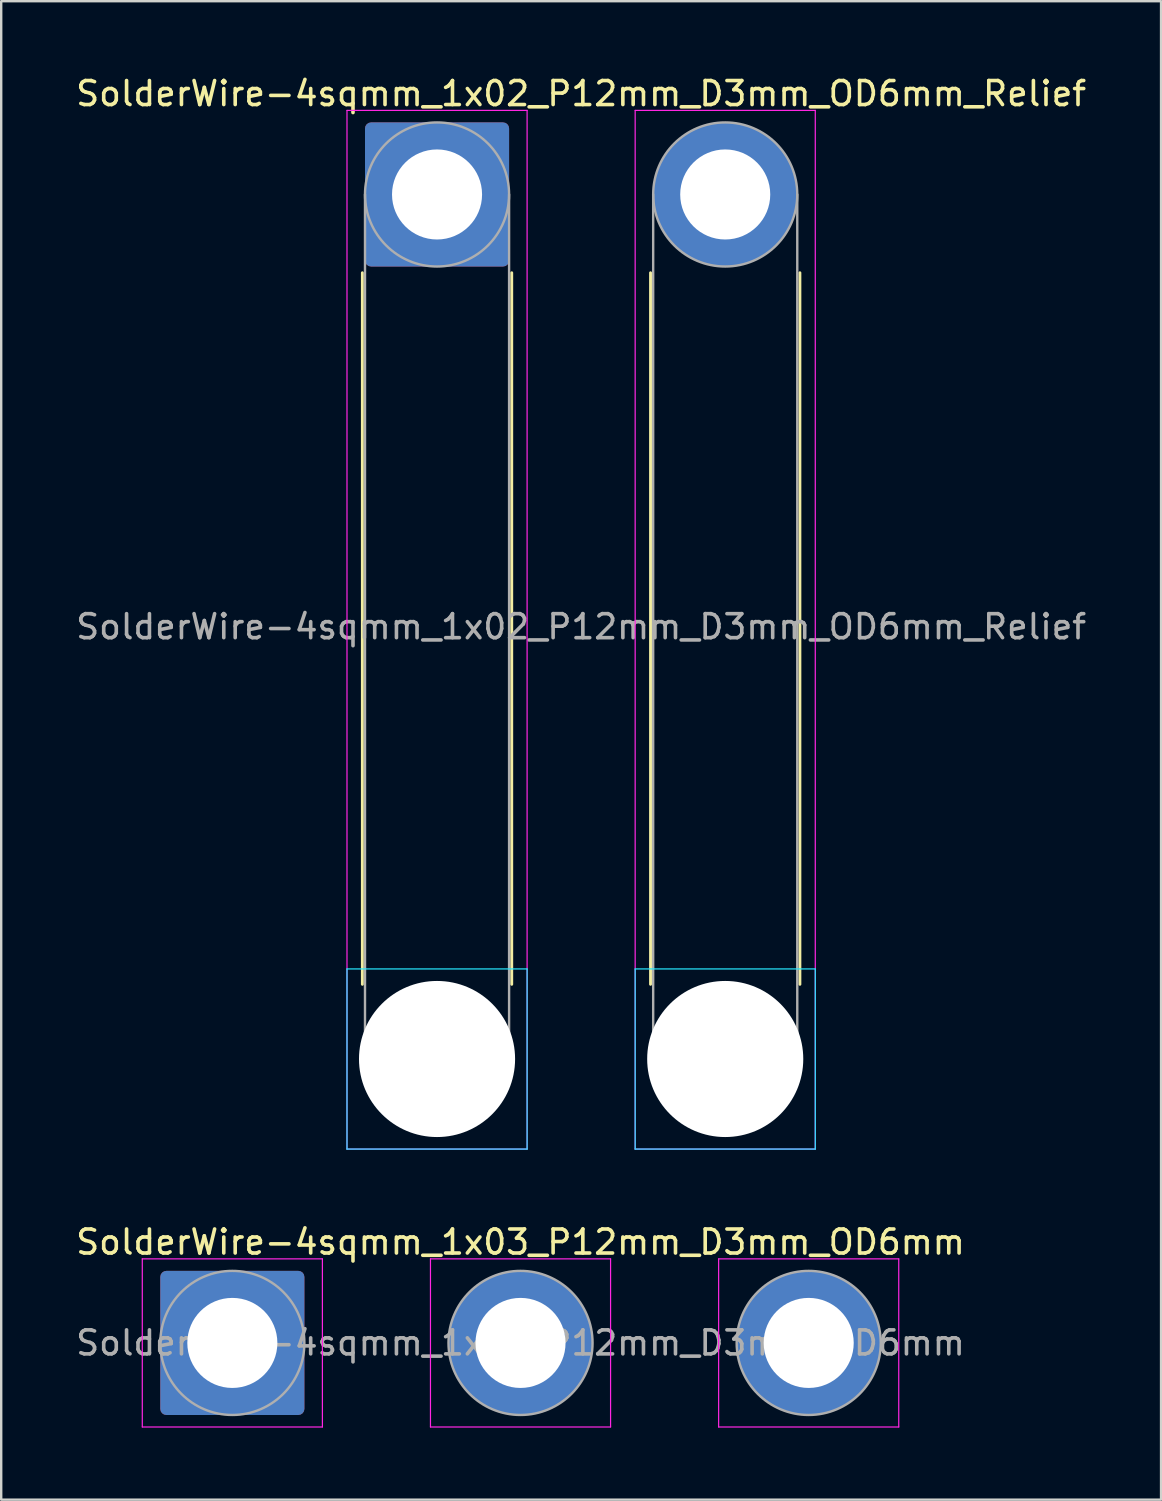
<source format=kicad_pcb>
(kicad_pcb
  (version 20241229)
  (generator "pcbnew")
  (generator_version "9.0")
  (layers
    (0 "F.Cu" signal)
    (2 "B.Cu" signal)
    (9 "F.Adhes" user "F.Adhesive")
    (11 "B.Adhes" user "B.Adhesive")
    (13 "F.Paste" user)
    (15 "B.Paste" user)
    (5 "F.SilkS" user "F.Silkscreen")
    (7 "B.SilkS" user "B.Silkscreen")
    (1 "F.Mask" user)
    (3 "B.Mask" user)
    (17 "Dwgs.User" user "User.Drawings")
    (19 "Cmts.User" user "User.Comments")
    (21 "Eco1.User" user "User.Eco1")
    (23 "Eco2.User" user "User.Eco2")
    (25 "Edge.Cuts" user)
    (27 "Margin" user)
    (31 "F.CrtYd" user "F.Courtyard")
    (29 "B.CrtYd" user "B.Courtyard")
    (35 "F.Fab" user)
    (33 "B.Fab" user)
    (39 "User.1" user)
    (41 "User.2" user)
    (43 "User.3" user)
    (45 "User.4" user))
  (footprint "SolderWire-4sqmm_1x02_P12mm_D3mm_OD6mm_Relief"
    (layer "F.Cu")
    (at 15.149 5.048)
    (property "Reference" "SolderWire-4sqmm_1x02_P12mm_D3mm_OD6mm_Relief" (at 6 -4.2 0) (layer "F.SilkS") (effects (font (size 1 1) (thickness 0.15))))
    (attr exclude_from_pos_files exclude_from_bom)
    (fp_line (start -3.11 3.26) (end -3.11 32.89) (stroke (width 0.12) (type solid)) (layer "F.SilkS"))
    (fp_line (start 3.11 3.26) (end 3.11 32.89) (stroke (width 0.12) (type solid)) (layer "F.SilkS"))
    (fp_line (start 8.89 3.26) (end 8.89 32.89) (stroke (width 0.12) (type solid)) (layer "F.SilkS"))
    (fp_line (start 15.11 3.26) (end 15.11 32.89) (stroke (width 0.12) (type solid)) (layer "F.SilkS"))
    (fp_line (start -3.75 32.25) (end -3.75 39.75) (stroke (width 0.05) (type solid)) (layer "B.CrtYd"))
    (fp_line (start -3.75 39.75) (end 3.75 39.75) (stroke (width 0.05) (type solid)) (layer "B.CrtYd"))
    (fp_line (start 3.75 32.25) (end -3.75 32.25) (stroke (width 0.05) (type solid)) (layer "B.CrtYd"))
    (fp_line (start 3.75 39.75) (end 3.75 32.25) (stroke (width 0.05) (type solid)) (layer "B.CrtYd"))
    (fp_line (start 8.25 32.25) (end 8.25 39.75) (stroke (width 0.05) (type solid)) (layer "B.CrtYd"))
    (fp_line (start 8.25 39.75) (end 15.75 39.75) (stroke (width 0.05) (type solid)) (layer "B.CrtYd"))
    (fp_line (start 15.75 32.25) (end 8.25 32.25) (stroke (width 0.05) (type solid)) (layer "B.CrtYd"))
    (fp_line (start 15.75 39.75) (end 15.75 32.25) (stroke (width 0.05) (type solid)) (layer "B.CrtYd"))
    (fp_line (start -3.75 -3.5) (end -3.75 39.75) (stroke (width 0.05) (type solid)) (layer "F.CrtYd"))
    (fp_line (start -3.75 39.75) (end 3.75 39.75) (stroke (width 0.05) (type solid)) (layer "F.CrtYd"))
    (fp_line (start 3.75 -3.5) (end -3.75 -3.5) (stroke (width 0.05) (type solid)) (layer "F.CrtYd"))
    (fp_line (start 3.75 39.75) (end 3.75 -3.5) (stroke (width 0.05) (type solid)) (layer "F.CrtYd"))
    (fp_line (start 8.25 -3.5) (end 8.25 39.75) (stroke (width 0.05) (type solid)) (layer "F.CrtYd"))
    (fp_line (start 8.25 39.75) (end 15.75 39.75) (stroke (width 0.05) (type solid)) (layer "F.CrtYd"))
    (fp_line (start 15.75 -3.5) (end 8.25 -3.5) (stroke (width 0.05) (type solid)) (layer "F.CrtYd"))
    (fp_line (start 15.75 39.75) (end 15.75 -3.5) (stroke (width 0.05) (type solid)) (layer "F.CrtYd"))
    (fp_line (start -3 0) (end -3 36) (stroke (width 0.1) (type solid)) (layer "F.Fab"))
    (fp_line (start 3 0) (end 3 36) (stroke (width 0.1) (type solid)) (layer "F.Fab"))
    (fp_line (start 9 0) (end 9 36) (stroke (width 0.1) (type solid)) (layer "F.Fab"))
    (fp_line (start 15 0) (end 15 36) (stroke (width 0.1) (type solid)) (layer "F.Fab"))
    (fp_circle (center 0 0) (end 3 0) (stroke (width 0.1) (type solid)) (fill no) (layer "F.Fab"))
    (fp_circle (center 0 36) (end 3 36) (stroke (width 0.1) (type solid)) (fill no) (layer "F.Fab"))
    (fp_circle (center 12 0) (end 15 0) (stroke (width 0.1) (type solid)) (fill no) (layer "F.Fab"))
    (fp_circle (center 12 36) (end 15 36) (stroke (width 0.1) (type solid)) (fill no) (layer "F.Fab"))
    (fp_text user "${REFERENCE}" (at 6 18 0) (layer "F.Fab") (effects (font (size 1 1) (thickness 0.15))))
    (pad "" np_thru_hole circle (at 0 36) (size 6.5 6.5) (drill 6.5) (layers "*.Cu" "*.Mask"))
    (pad "" np_thru_hole circle (at 12 36) (size 6.5 6.5) (drill 6.5) (layers "*.Cu" "*.Mask"))
    (pad "1" thru_hole roundrect (at 0 0) (size 6 6) (drill 3.75) (layers "*.Cu" "*.Mask") (roundrect_rratio 0.042))
    (pad "2" thru_hole circle (at 12 0) (size 6 6) (drill 3.75) (layers "*.Cu" "*.Mask")))
  (footprint "SolderWire-4sqmm_1x03_P12mm_D3mm_OD6mm"
    (layer "F.Cu")
    (at 6.625 52.871)
    (property "Reference" "SolderWire-4sqmm_1x03_P12mm_D3mm_OD6mm" (at 12 -4.2 0) (layer "F.SilkS") (effects (font (size 1 1) (thickness 0.15))))
    (attr exclude_from_pos_files exclude_from_bom)
    (fp_line (start -3.75 -3.5) (end -3.75 3.5) (stroke (width 0.05) (type solid)) (layer "F.CrtYd"))
    (fp_line (start -3.75 3.5) (end 3.75 3.5) (stroke (width 0.05) (type solid)) (layer "F.CrtYd"))
    (fp_line (start 3.75 -3.5) (end -3.75 -3.5) (stroke (width 0.05) (type solid)) (layer "F.CrtYd"))
    (fp_line (start 3.75 3.5) (end 3.75 -3.5) (stroke (width 0.05) (type solid)) (layer "F.CrtYd"))
    (fp_line (start 8.25 -3.5) (end 8.25 3.5) (stroke (width 0.05) (type solid)) (layer "F.CrtYd"))
    (fp_line (start 8.25 3.5) (end 15.75 3.5) (stroke (width 0.05) (type solid)) (layer "F.CrtYd"))
    (fp_line (start 15.75 -3.5) (end 8.25 -3.5) (stroke (width 0.05) (type solid)) (layer "F.CrtYd"))
    (fp_line (start 15.75 3.5) (end 15.75 -3.5) (stroke (width 0.05) (type solid)) (layer "F.CrtYd"))
    (fp_line (start 20.25 -3.5) (end 20.25 3.5) (stroke (width 0.05) (type solid)) (layer "F.CrtYd"))
    (fp_line (start 20.25 3.5) (end 27.75 3.5) (stroke (width 0.05) (type solid)) (layer "F.CrtYd"))
    (fp_line (start 27.75 -3.5) (end 20.25 -3.5) (stroke (width 0.05) (type solid)) (layer "F.CrtYd"))
    (fp_line (start 27.75 3.5) (end 27.75 -3.5) (stroke (width 0.05) (type solid)) (layer "F.CrtYd"))
    (fp_circle (center 0 0) (end 3 0) (stroke (width 0.1) (type solid)) (fill no) (layer "F.Fab"))
    (fp_circle (center 12 0) (end 15 0) (stroke (width 0.1) (type solid)) (fill no) (layer "F.Fab"))
    (fp_circle (center 24 0) (end 27 0) (stroke (width 0.1) (type solid)) (fill no) (layer "F.Fab"))
    (fp_text user "${REFERENCE}" (at 12 0 0) (layer "F.Fab") (effects (font (size 1 1) (thickness 0.15))))
    (pad "1" thru_hole roundrect (at 0 0) (size 6 6) (drill 3.75) (layers "*.Cu" "*.Mask") (roundrect_rratio 0.042))
    (pad "2" thru_hole circle (at 12 0) (size 6 6) (drill 3.75) (layers "*.Cu" "*.Mask"))
    (pad "3" thru_hole circle (at 24 0) (size 6 6) (drill 3.75) (layers "*.Cu" "*.Mask")))
  (gr_rect
    (start -3 -3)
    (end 45.298 59.397)
    (stroke (width 0.1) (type default))
    (fill no)
    (layer "Edge.Cuts")))
</source>
